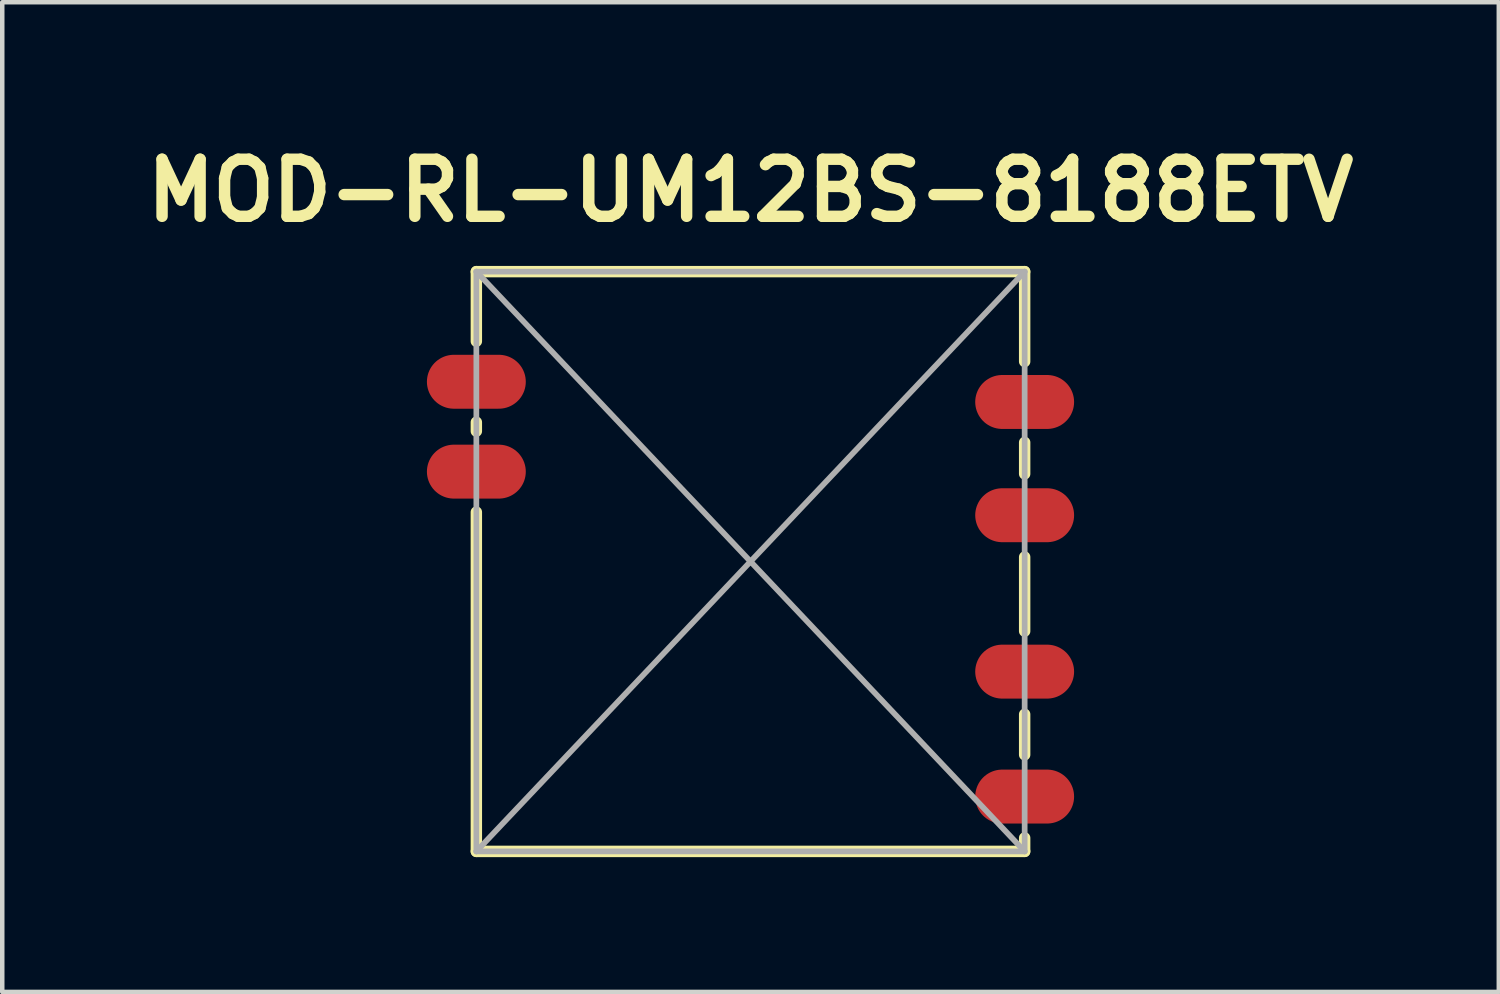
<source format=kicad_pcb>
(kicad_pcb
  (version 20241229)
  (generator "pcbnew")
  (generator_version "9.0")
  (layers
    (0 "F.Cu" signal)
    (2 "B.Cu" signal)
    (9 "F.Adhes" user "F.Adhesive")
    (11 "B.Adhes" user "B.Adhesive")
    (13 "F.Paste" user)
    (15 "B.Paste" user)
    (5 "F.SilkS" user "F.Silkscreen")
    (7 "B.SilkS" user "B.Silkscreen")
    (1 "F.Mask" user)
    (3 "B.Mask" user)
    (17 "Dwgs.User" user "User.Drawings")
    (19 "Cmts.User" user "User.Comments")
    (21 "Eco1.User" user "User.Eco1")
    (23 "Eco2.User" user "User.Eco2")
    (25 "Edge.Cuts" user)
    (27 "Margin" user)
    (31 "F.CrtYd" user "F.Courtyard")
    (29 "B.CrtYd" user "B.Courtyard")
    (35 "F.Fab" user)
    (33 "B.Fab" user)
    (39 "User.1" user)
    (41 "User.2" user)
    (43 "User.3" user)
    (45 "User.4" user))
  (footprint "MOD-RL-UM12BS-8188ETV"
    (layer "F.Cu")
    (at 13.649 9.444)
    (property "Reference" "MOD-RL-UM12BS-8188ETV" (at 0 -8.255 0) (layer "F.SilkS") (effects (font (size 1.27 1.27) (thickness 0.254))))
    (attr smd)
    (fp_line (start -6.1 -6.45) (end -6.1 -4.9) (stroke (width 0.254) (type solid)) (layer "F.SilkS"))
    (fp_line (start -6.1 -6.45) (end 6.1 -6.45) (stroke (width 0.254) (type solid)) (layer "F.SilkS"))
    (fp_line (start -6.1 -2.9) (end -6.1 -3.1) (stroke (width 0.254) (type solid)) (layer "F.SilkS"))
    (fp_line (start -6.1 -1.1) (end -6.1 6.45) (stroke (width 0.254) (type solid)) (layer "F.SilkS"))
    (fp_line (start -6.1 6.45) (end 6.1 6.45) (stroke (width 0.254) (type solid)) (layer "F.SilkS"))
    (fp_line (start 6.1 -6.45) (end 6.1 -4.45) (stroke (width 0.254) (type solid)) (layer "F.SilkS"))
    (fp_line (start 6.1 -1.95) (end 6.1 -2.65) (stroke (width 0.254) (type solid)) (layer "F.SilkS"))
    (fp_line (start 6.1 1.55) (end 6.1 -0.1) (stroke (width 0.254) (type solid)) (layer "F.SilkS"))
    (fp_line (start 6.1 4.3) (end 6.1 3.4) (stroke (width 0.254) (type solid)) (layer "F.SilkS"))
    (fp_line (start 6.1 6.45) (end 6.1 6.15) (stroke (width 0.254) (type solid)) (layer "F.SilkS"))
    (fp_line (start -6.1 -6.45) (end -6.1 6.45) (stroke (width 0.127) (type solid)) (layer "F.Fab"))
    (fp_line (start -6.1 -6.45) (end 6.1 6.45) (stroke (width 0.127) (type solid)) (layer "F.Fab"))
    (fp_line (start -6.1 6.45) (end 6.1 6.45) (stroke (width 0.127) (type solid)) (layer "F.Fab"))
    (fp_line (start 6.1 -6.45) (end -6.1 -6.45) (stroke (width 0.127) (type solid)) (layer "F.Fab"))
    (fp_line (start 6.1 -6.45) (end -6.1 6.45) (stroke (width 0.127) (type solid)) (layer "F.Fab"))
    (fp_line (start 6.1 6.45) (end 6.1 -6.45) (stroke (width 0.127) (type solid)) (layer "F.Fab"))
    (pad "1" smd oval (at 6.1 5.23) (size 2.2 1.2) (layers "F.Cu" "F.Mask" "F.Paste"))
    (pad "2" smd oval (at 6.1 2.45) (size 2.2 1.2) (layers "F.Cu" "F.Mask" "F.Paste"))
    (pad "3" smd oval (at 6.1 -1.03) (size 2.2 1.2) (layers "F.Cu" "F.Mask" "F.Paste"))
    (pad "4" smd oval (at 6.1 -3.55) (size 2.2 1.2) (layers "F.Cu" "F.Mask" "F.Paste"))
    (pad "5" smd oval (at -6.1 -4) (size 2.2 1.2) (layers "F.Cu" "F.Mask" "F.Paste"))
    (pad "6" smd oval (at -6.1 -2) (size 2.2 1.2) (layers "F.Cu" "F.Mask" "F.Paste")))
  (gr_rect
    (start -3 -3)
    (end 30.299 19.021)
    (stroke (width 0.1) (type default))
    (fill no)
    (layer "Edge.Cuts")))
</source>
